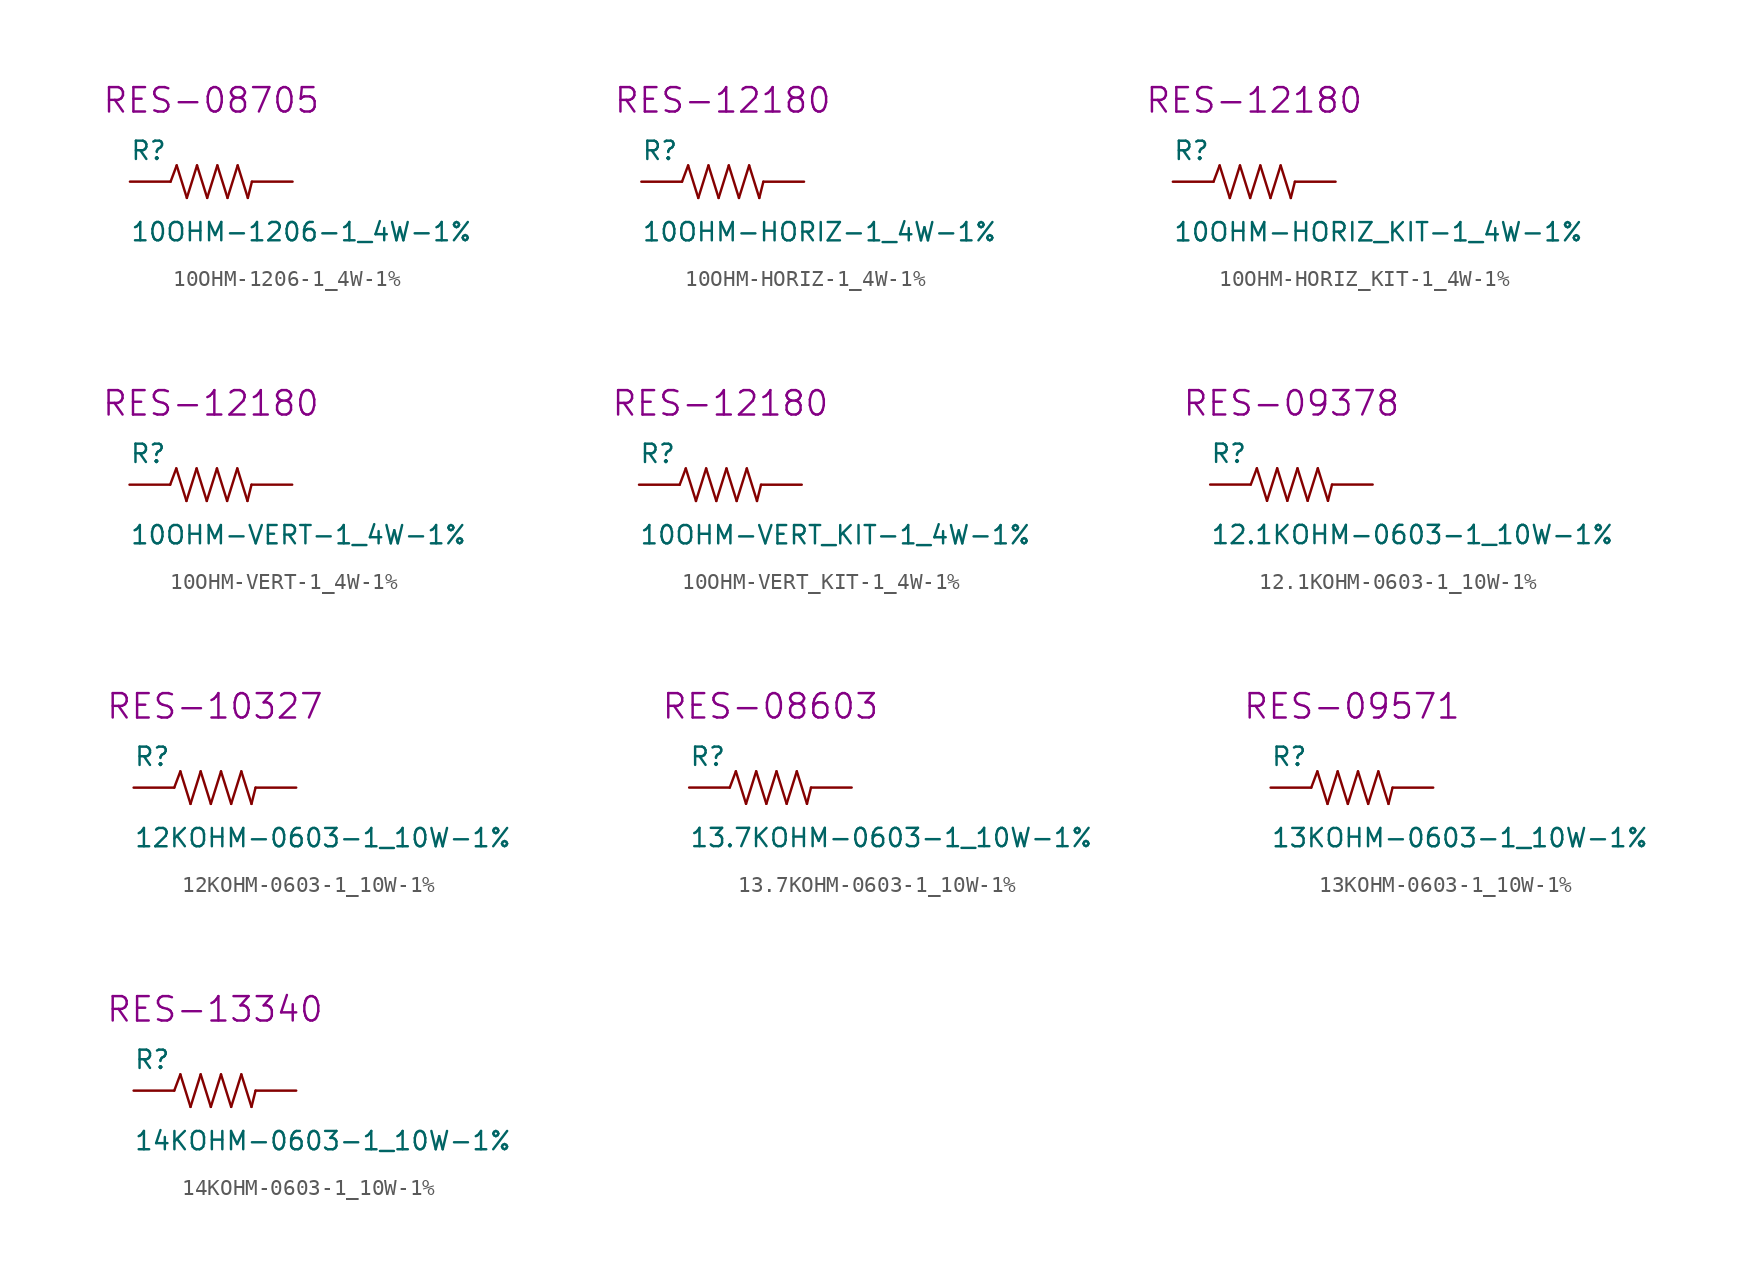
<source format=kicad_sym>
(kicad_symbol_lib
  (version 20220914)
  (generator kicad_symbol_editor)
  (symbol "10OHM-1206-1_4W-1%"
    (pin_numbers hide)
    (pin_names
      (offset 1.016) hide)
    (property "Reference" "R"
      (at -5.08 1.27 0)
      (effects (font (size 1.143 1.143)) (justify left bottom)))
    (property "Value" "10OHM-1206-1_4W-1%"
      (at -5.08 -3.81 0)
      (effects (font (size 1.143 1.143)) (justify left bottom)))
    (property "Field4" "RES-08705"
      (at 0 5.08 0)
      (effects (font (size 1.524 1.524))))
    (property "ki_locked" ""
      (at 0 0 0)
      (effects (font (size 1.27 1.27))))
    (symbol "10OHM-1206-1_4W-1%_1_0"
      (polyline (pts (xy -2.54 0) (xy -2.159 1.016)) (stroke (width 0) (type solid)) (fill (type none)))
      (polyline (pts (xy -2.159 1.016) (xy -1.524 -1.016)) (stroke (width 0) (type solid)) (fill (type none)))
      (polyline (pts (xy -1.524 -1.016) (xy -0.889 1.016)) (stroke (width 0) (type solid)) (fill (type none)))
      (polyline (pts (xy -0.889 1.016) (xy -0.254 -1.016)) (stroke (width 0) (type solid)) (fill (type none)))
      (polyline (pts (xy -0.254 -1.016) (xy 0.381 1.016)) (stroke (width 0) (type solid)) (fill (type none)))
      (polyline (pts (xy 0.381 1.016) (xy 1.016 -1.016)) (stroke (width 0) (type solid)) (fill (type none)))
      (polyline (pts (xy 1.016 -1.016) (xy 1.651 1.016)) (stroke (width 0) (type solid)) (fill (type none)))
      (polyline (pts (xy 1.651 1.016) (xy 2.286 -1.016)) (stroke (width 0) (type solid)) (fill (type none)))
      (polyline (pts (xy 2.286 -1.016) (xy 2.54 0)) (stroke (width 0) (type solid)) (fill (type none))))
    (symbol "10OHM-1206-1_4W-1%_1_1"
      (pin passive line (at -5.08 0 0) (length 2.54) (name "1" (effects (font (size 1.016 1.016)))) (number "1" (effects (font (size 1.016 1.016)))))
      (pin passive line (at 5.08 0 180) (length 2.54) (name "2" (effects (font (size 1.016 1.016)))) (number "2" (effects (font (size 1.016 1.016)))))))
  (symbol "10OHM-HORIZ-1_4W-1%"
    (pin_numbers hide)
    (pin_names
      (offset 1.016) hide)
    (property "Reference" "R"
      (at -5.08 1.27 0)
      (effects (font (size 1.143 1.143)) (justify left bottom)))
    (property "Value" "10OHM-HORIZ-1_4W-1%"
      (at -5.08 -3.81 0)
      (effects (font (size 1.143 1.143)) (justify left bottom)))
    (property "Field4" "RES-12180"
      (at 0 5.08 0)
      (effects (font (size 1.524 1.524))))
    (property "ki_locked" ""
      (at 0 0 0)
      (effects (font (size 1.27 1.27))))
    (symbol "10OHM-HORIZ-1_4W-1%_1_0"
      (polyline (pts (xy -2.54 0) (xy -2.159 1.016)) (stroke (width 0) (type solid)) (fill (type none)))
      (polyline (pts (xy -2.159 1.016) (xy -1.524 -1.016)) (stroke (width 0) (type solid)) (fill (type none)))
      (polyline (pts (xy -1.524 -1.016) (xy -0.889 1.016)) (stroke (width 0) (type solid)) (fill (type none)))
      (polyline (pts (xy -0.889 1.016) (xy -0.254 -1.016)) (stroke (width 0) (type solid)) (fill (type none)))
      (polyline (pts (xy -0.254 -1.016) (xy 0.381 1.016)) (stroke (width 0) (type solid)) (fill (type none)))
      (polyline (pts (xy 0.381 1.016) (xy 1.016 -1.016)) (stroke (width 0) (type solid)) (fill (type none)))
      (polyline (pts (xy 1.016 -1.016) (xy 1.651 1.016)) (stroke (width 0) (type solid)) (fill (type none)))
      (polyline (pts (xy 1.651 1.016) (xy 2.286 -1.016)) (stroke (width 0) (type solid)) (fill (type none)))
      (polyline (pts (xy 2.286 -1.016) (xy 2.54 0)) (stroke (width 0) (type solid)) (fill (type none))))
    (symbol "10OHM-HORIZ-1_4W-1%_1_1"
      (pin passive line (at -5.08 0 0) (length 2.54) (name "1" (effects (font (size 1.016 1.016)))) (number "P$1" (effects (font (size 1.016 1.016)))))
      (pin passive line (at 5.08 0 180) (length 2.54) (name "2" (effects (font (size 1.016 1.016)))) (number "P$2" (effects (font (size 1.016 1.016)))))))
  (symbol "10OHM-HORIZ_KIT-1_4W-1%"
    (pin_numbers hide)
    (pin_names
      (offset 1.016) hide)
    (property "Reference" "R"
      (at -5.08 1.27 0)
      (effects (font (size 1.143 1.143)) (justify left bottom)))
    (property "Value" "10OHM-HORIZ_KIT-1_4W-1%"
      (at -5.08 -3.81 0)
      (effects (font (size 1.143 1.143)) (justify left bottom)))
    (property "Field4" "RES-12180"
      (at 0 5.08 0)
      (effects (font (size 1.524 1.524))))
    (property "ki_locked" ""
      (at 0 0 0)
      (effects (font (size 1.27 1.27))))
    (symbol "10OHM-HORIZ_KIT-1_4W-1%_1_0"
      (polyline (pts (xy -2.54 0) (xy -2.159 1.016)) (stroke (width 0) (type solid)) (fill (type none)))
      (polyline (pts (xy -2.159 1.016) (xy -1.524 -1.016)) (stroke (width 0) (type solid)) (fill (type none)))
      (polyline (pts (xy -1.524 -1.016) (xy -0.889 1.016)) (stroke (width 0) (type solid)) (fill (type none)))
      (polyline (pts (xy -0.889 1.016) (xy -0.254 -1.016)) (stroke (width 0) (type solid)) (fill (type none)))
      (polyline (pts (xy -0.254 -1.016) (xy 0.381 1.016)) (stroke (width 0) (type solid)) (fill (type none)))
      (polyline (pts (xy 0.381 1.016) (xy 1.016 -1.016)) (stroke (width 0) (type solid)) (fill (type none)))
      (polyline (pts (xy 1.016 -1.016) (xy 1.651 1.016)) (stroke (width 0) (type solid)) (fill (type none)))
      (polyline (pts (xy 1.651 1.016) (xy 2.286 -1.016)) (stroke (width 0) (type solid)) (fill (type none)))
      (polyline (pts (xy 2.286 -1.016) (xy 2.54 0)) (stroke (width 0) (type solid)) (fill (type none))))
    (symbol "10OHM-HORIZ_KIT-1_4W-1%_1_1"
      (pin passive line (at -5.08 0 0) (length 2.54) (name "1" (effects (font (size 1.016 1.016)))) (number "P$1" (effects (font (size 1.016 1.016)))))
      (pin passive line (at 5.08 0 180) (length 2.54) (name "2" (effects (font (size 1.016 1.016)))) (number "P$2" (effects (font (size 1.016 1.016)))))))
  (symbol "10OHM-VERT-1_4W-1%"
    (pin_numbers hide)
    (pin_names
      (offset 1.016) hide)
    (property "Reference" "R"
      (at -5.08 1.27 0)
      (effects (font (size 1.143 1.143)) (justify left bottom)))
    (property "Value" "10OHM-VERT-1_4W-1%"
      (at -5.08 -3.81 0)
      (effects (font (size 1.143 1.143)) (justify left bottom)))
    (property "Field4" "RES-12180"
      (at 0 5.08 0)
      (effects (font (size 1.524 1.524))))
    (property "ki_locked" ""
      (at 0 0 0)
      (effects (font (size 1.27 1.27))))
    (symbol "10OHM-VERT-1_4W-1%_1_0"
      (polyline (pts (xy -2.54 0) (xy -2.159 1.016)) (stroke (width 0) (type solid)) (fill (type none)))
      (polyline (pts (xy -2.159 1.016) (xy -1.524 -1.016)) (stroke (width 0) (type solid)) (fill (type none)))
      (polyline (pts (xy -1.524 -1.016) (xy -0.889 1.016)) (stroke (width 0) (type solid)) (fill (type none)))
      (polyline (pts (xy -0.889 1.016) (xy -0.254 -1.016)) (stroke (width 0) (type solid)) (fill (type none)))
      (polyline (pts (xy -0.254 -1.016) (xy 0.381 1.016)) (stroke (width 0) (type solid)) (fill (type none)))
      (polyline (pts (xy 0.381 1.016) (xy 1.016 -1.016)) (stroke (width 0) (type solid)) (fill (type none)))
      (polyline (pts (xy 1.016 -1.016) (xy 1.651 1.016)) (stroke (width 0) (type solid)) (fill (type none)))
      (polyline (pts (xy 1.651 1.016) (xy 2.286 -1.016)) (stroke (width 0) (type solid)) (fill (type none)))
      (polyline (pts (xy 2.286 -1.016) (xy 2.54 0)) (stroke (width 0) (type solid)) (fill (type none))))
    (symbol "10OHM-VERT-1_4W-1%_1_1"
      (pin passive line (at -5.08 0 0) (length 2.54) (name "1" (effects (font (size 1.016 1.016)))) (number "P$1" (effects (font (size 1.016 1.016)))))
      (pin passive line (at 5.08 0 180) (length 2.54) (name "2" (effects (font (size 1.016 1.016)))) (number "P$2" (effects (font (size 1.016 1.016)))))))
  (symbol "10OHM-VERT_KIT-1_4W-1%"
    (pin_numbers hide)
    (pin_names
      (offset 1.016) hide)
    (property "Reference" "R"
      (at -5.08 1.27 0)
      (effects (font (size 1.143 1.143)) (justify left bottom)))
    (property "Value" "10OHM-VERT_KIT-1_4W-1%"
      (at -5.08 -3.81 0)
      (effects (font (size 1.143 1.143)) (justify left bottom)))
    (property "Field4" "RES-12180"
      (at 0 5.08 0)
      (effects (font (size 1.524 1.524))))
    (property "ki_locked" ""
      (at 0 0 0)
      (effects (font (size 1.27 1.27))))
    (symbol "10OHM-VERT_KIT-1_4W-1%_1_0"
      (polyline (pts (xy -2.54 0) (xy -2.159 1.016)) (stroke (width 0) (type solid)) (fill (type none)))
      (polyline (pts (xy -2.159 1.016) (xy -1.524 -1.016)) (stroke (width 0) (type solid)) (fill (type none)))
      (polyline (pts (xy -1.524 -1.016) (xy -0.889 1.016)) (stroke (width 0) (type solid)) (fill (type none)))
      (polyline (pts (xy -0.889 1.016) (xy -0.254 -1.016)) (stroke (width 0) (type solid)) (fill (type none)))
      (polyline (pts (xy -0.254 -1.016) (xy 0.381 1.016)) (stroke (width 0) (type solid)) (fill (type none)))
      (polyline (pts (xy 0.381 1.016) (xy 1.016 -1.016)) (stroke (width 0) (type solid)) (fill (type none)))
      (polyline (pts (xy 1.016 -1.016) (xy 1.651 1.016)) (stroke (width 0) (type solid)) (fill (type none)))
      (polyline (pts (xy 1.651 1.016) (xy 2.286 -1.016)) (stroke (width 0) (type solid)) (fill (type none)))
      (polyline (pts (xy 2.286 -1.016) (xy 2.54 0)) (stroke (width 0) (type solid)) (fill (type none))))
    (symbol "10OHM-VERT_KIT-1_4W-1%_1_1"
      (pin passive line (at -5.08 0 0) (length 2.54) (name "1" (effects (font (size 1.016 1.016)))) (number "P$1" (effects (font (size 1.016 1.016)))))
      (pin passive line (at 5.08 0 180) (length 2.54) (name "2" (effects (font (size 1.016 1.016)))) (number "P$2" (effects (font (size 1.016 1.016)))))))
  (symbol "12.1KOHM-0603-1_10W-1%"
    (pin_numbers hide)
    (pin_names
      (offset 1.016) hide)
    (property "Reference" "R"
      (at -5.08 1.27 0)
      (effects (font (size 1.143 1.143)) (justify left bottom)))
    (property "Value" "12.1KOHM-0603-1_10W-1%"
      (at -5.08 -3.81 0)
      (effects (font (size 1.143 1.143)) (justify left bottom)))
    (property "Field4" "RES-09378"
      (at 0 5.08 0)
      (effects (font (size 1.524 1.524))))
    (property "ki_locked" ""
      (at 0 0 0)
      (effects (font (size 1.27 1.27))))
    (symbol "12.1KOHM-0603-1_10W-1%_1_0"
      (polyline (pts (xy -2.54 0) (xy -2.159 1.016)) (stroke (width 0) (type solid)) (fill (type none)))
      (polyline (pts (xy -2.159 1.016) (xy -1.524 -1.016)) (stroke (width 0) (type solid)) (fill (type none)))
      (polyline (pts (xy -1.524 -1.016) (xy -0.889 1.016)) (stroke (width 0) (type solid)) (fill (type none)))
      (polyline (pts (xy -0.889 1.016) (xy -0.254 -1.016)) (stroke (width 0) (type solid)) (fill (type none)))
      (polyline (pts (xy -0.254 -1.016) (xy 0.381 1.016)) (stroke (width 0) (type solid)) (fill (type none)))
      (polyline (pts (xy 0.381 1.016) (xy 1.016 -1.016)) (stroke (width 0) (type solid)) (fill (type none)))
      (polyline (pts (xy 1.016 -1.016) (xy 1.651 1.016)) (stroke (width 0) (type solid)) (fill (type none)))
      (polyline (pts (xy 1.651 1.016) (xy 2.286 -1.016)) (stroke (width 0) (type solid)) (fill (type none)))
      (polyline (pts (xy 2.286 -1.016) (xy 2.54 0)) (stroke (width 0) (type solid)) (fill (type none))))
    (symbol "12.1KOHM-0603-1_10W-1%_1_1"
      (pin passive line (at -5.08 0 0) (length 2.54) (name "1" (effects (font (size 1.016 1.016)))) (number "1" (effects (font (size 1.016 1.016)))))
      (pin passive line (at 5.08 0 180) (length 2.54) (name "2" (effects (font (size 1.016 1.016)))) (number "2" (effects (font (size 1.016 1.016)))))))
  (symbol "12KOHM-0603-1_10W-1%"
    (pin_numbers hide)
    (pin_names
      (offset 1.016) hide)
    (property "Reference" "R"
      (at -5.08 1.27 0)
      (effects (font (size 1.143 1.143)) (justify left bottom)))
    (property "Value" "12KOHM-0603-1_10W-1%"
      (at -5.08 -3.81 0)
      (effects (font (size 1.143 1.143)) (justify left bottom)))
    (property "Field4" "RES-10327"
      (at 0 5.08 0)
      (effects (font (size 1.524 1.524))))
    (property "ki_locked" ""
      (at 0 0 0)
      (effects (font (size 1.27 1.27))))
    (symbol "12KOHM-0603-1_10W-1%_1_0"
      (polyline (pts (xy -2.54 0) (xy -2.159 1.016)) (stroke (width 0) (type solid)) (fill (type none)))
      (polyline (pts (xy -2.159 1.016) (xy -1.524 -1.016)) (stroke (width 0) (type solid)) (fill (type none)))
      (polyline (pts (xy -1.524 -1.016) (xy -0.889 1.016)) (stroke (width 0) (type solid)) (fill (type none)))
      (polyline (pts (xy -0.889 1.016) (xy -0.254 -1.016)) (stroke (width 0) (type solid)) (fill (type none)))
      (polyline (pts (xy -0.254 -1.016) (xy 0.381 1.016)) (stroke (width 0) (type solid)) (fill (type none)))
      (polyline (pts (xy 0.381 1.016) (xy 1.016 -1.016)) (stroke (width 0) (type solid)) (fill (type none)))
      (polyline (pts (xy 1.016 -1.016) (xy 1.651 1.016)) (stroke (width 0) (type solid)) (fill (type none)))
      (polyline (pts (xy 1.651 1.016) (xy 2.286 -1.016)) (stroke (width 0) (type solid)) (fill (type none)))
      (polyline (pts (xy 2.286 -1.016) (xy 2.54 0)) (stroke (width 0) (type solid)) (fill (type none))))
    (symbol "12KOHM-0603-1_10W-1%_1_1"
      (pin passive line (at -5.08 0 0) (length 2.54) (name "1" (effects (font (size 1.016 1.016)))) (number "1" (effects (font (size 1.016 1.016)))))
      (pin passive line (at 5.08 0 180) (length 2.54) (name "2" (effects (font (size 1.016 1.016)))) (number "2" (effects (font (size 1.016 1.016)))))))
  (symbol "13.7KOHM-0603-1_10W-1%"
    (pin_numbers hide)
    (pin_names
      (offset 1.016) hide)
    (property "Reference" "R"
      (at -5.08 1.27 0)
      (effects (font (size 1.143 1.143)) (justify left bottom)))
    (property "Value" "13.7KOHM-0603-1_10W-1%"
      (at -5.08 -3.81 0)
      (effects (font (size 1.143 1.143)) (justify left bottom)))
    (property "Field4" "RES-08603"
      (at 0 5.08 0)
      (effects (font (size 1.524 1.524))))
    (property "ki_locked" ""
      (at 0 0 0)
      (effects (font (size 1.27 1.27))))
    (symbol "13.7KOHM-0603-1_10W-1%_1_0"
      (polyline (pts (xy -2.54 0) (xy -2.159 1.016)) (stroke (width 0) (type solid)) (fill (type none)))
      (polyline (pts (xy -2.159 1.016) (xy -1.524 -1.016)) (stroke (width 0) (type solid)) (fill (type none)))
      (polyline (pts (xy -1.524 -1.016) (xy -0.889 1.016)) (stroke (width 0) (type solid)) (fill (type none)))
      (polyline (pts (xy -0.889 1.016) (xy -0.254 -1.016)) (stroke (width 0) (type solid)) (fill (type none)))
      (polyline (pts (xy -0.254 -1.016) (xy 0.381 1.016)) (stroke (width 0) (type solid)) (fill (type none)))
      (polyline (pts (xy 0.381 1.016) (xy 1.016 -1.016)) (stroke (width 0) (type solid)) (fill (type none)))
      (polyline (pts (xy 1.016 -1.016) (xy 1.651 1.016)) (stroke (width 0) (type solid)) (fill (type none)))
      (polyline (pts (xy 1.651 1.016) (xy 2.286 -1.016)) (stroke (width 0) (type solid)) (fill (type none)))
      (polyline (pts (xy 2.286 -1.016) (xy 2.54 0)) (stroke (width 0) (type solid)) (fill (type none))))
    (symbol "13.7KOHM-0603-1_10W-1%_1_1"
      (pin passive line (at -5.08 0 0) (length 2.54) (name "1" (effects (font (size 1.016 1.016)))) (number "1" (effects (font (size 1.016 1.016)))))
      (pin passive line (at 5.08 0 180) (length 2.54) (name "2" (effects (font (size 1.016 1.016)))) (number "2" (effects (font (size 1.016 1.016)))))))
  (symbol "13KOHM-0603-1_10W-1%"
    (pin_numbers hide)
    (pin_names
      (offset 1.016) hide)
    (property "Reference" "R"
      (at -5.08 1.27 0)
      (effects (font (size 1.143 1.143)) (justify left bottom)))
    (property "Value" "13KOHM-0603-1_10W-1%"
      (at -5.08 -3.81 0)
      (effects (font (size 1.143 1.143)) (justify left bottom)))
    (property "Field4" "RES-09571"
      (at 0 5.08 0)
      (effects (font (size 1.524 1.524))))
    (property "ki_locked" ""
      (at 0 0 0)
      (effects (font (size 1.27 1.27))))
    (symbol "13KOHM-0603-1_10W-1%_1_0"
      (polyline (pts (xy -2.54 0) (xy -2.159 1.016)) (stroke (width 0) (type solid)) (fill (type none)))
      (polyline (pts (xy -2.159 1.016) (xy -1.524 -1.016)) (stroke (width 0) (type solid)) (fill (type none)))
      (polyline (pts (xy -1.524 -1.016) (xy -0.889 1.016)) (stroke (width 0) (type solid)) (fill (type none)))
      (polyline (pts (xy -0.889 1.016) (xy -0.254 -1.016)) (stroke (width 0) (type solid)) (fill (type none)))
      (polyline (pts (xy -0.254 -1.016) (xy 0.381 1.016)) (stroke (width 0) (type solid)) (fill (type none)))
      (polyline (pts (xy 0.381 1.016) (xy 1.016 -1.016)) (stroke (width 0) (type solid)) (fill (type none)))
      (polyline (pts (xy 1.016 -1.016) (xy 1.651 1.016)) (stroke (width 0) (type solid)) (fill (type none)))
      (polyline (pts (xy 1.651 1.016) (xy 2.286 -1.016)) (stroke (width 0) (type solid)) (fill (type none)))
      (polyline (pts (xy 2.286 -1.016) (xy 2.54 0)) (stroke (width 0) (type solid)) (fill (type none))))
    (symbol "13KOHM-0603-1_10W-1%_1_1"
      (pin passive line (at -5.08 0 0) (length 2.54) (name "1" (effects (font (size 1.016 1.016)))) (number "1" (effects (font (size 1.016 1.016)))))
      (pin passive line (at 5.08 0 180) (length 2.54) (name "2" (effects (font (size 1.016 1.016)))) (number "2" (effects (font (size 1.016 1.016)))))))
  (symbol "14KOHM-0603-1_10W-1%"
    (pin_numbers hide)
    (pin_names
      (offset 1.016) hide)
    (property "Reference" "R"
      (at -5.08 1.27 0)
      (effects (font (size 1.143 1.143)) (justify left bottom)))
    (property "Value" "14KOHM-0603-1_10W-1%"
      (at -5.08 -3.81 0)
      (effects (font (size 1.143 1.143)) (justify left bottom)))
    (property "Field4" "RES-13340"
      (at 0 5.08 0)
      (effects (font (size 1.524 1.524))))
    (property "ki_locked" ""
      (at 0 0 0)
      (effects (font (size 1.27 1.27))))
    (symbol "14KOHM-0603-1_10W-1%_1_0"
      (polyline (pts (xy -2.54 0) (xy -2.159 1.016)) (stroke (width 0) (type solid)) (fill (type none)))
      (polyline (pts (xy -2.159 1.016) (xy -1.524 -1.016)) (stroke (width 0) (type solid)) (fill (type none)))
      (polyline (pts (xy -1.524 -1.016) (xy -0.889 1.016)) (stroke (width 0) (type solid)) (fill (type none)))
      (polyline (pts (xy -0.889 1.016) (xy -0.254 -1.016)) (stroke (width 0) (type solid)) (fill (type none)))
      (polyline (pts (xy -0.254 -1.016) (xy 0.381 1.016)) (stroke (width 0) (type solid)) (fill (type none)))
      (polyline (pts (xy 0.381 1.016) (xy 1.016 -1.016)) (stroke (width 0) (type solid)) (fill (type none)))
      (polyline (pts (xy 1.016 -1.016) (xy 1.651 1.016)) (stroke (width 0) (type solid)) (fill (type none)))
      (polyline (pts (xy 1.651 1.016) (xy 2.286 -1.016)) (stroke (width 0) (type solid)) (fill (type none)))
      (polyline (pts (xy 2.286 -1.016) (xy 2.54 0)) (stroke (width 0) (type solid)) (fill (type none))))
    (symbol "14KOHM-0603-1_10W-1%_1_1"
      (pin passive line (at -5.08 0 0) (length 2.54) (name "1" (effects (font (size 1.016 1.016)))) (number "1" (effects (font (size 1.016 1.016)))))
      (pin passive line (at 5.08 0 180) (length 2.54) (name "2" (effects (font (size 1.016 1.016)))) (number "2" (effects (font (size 1.016 1.016))))))))
</source>
